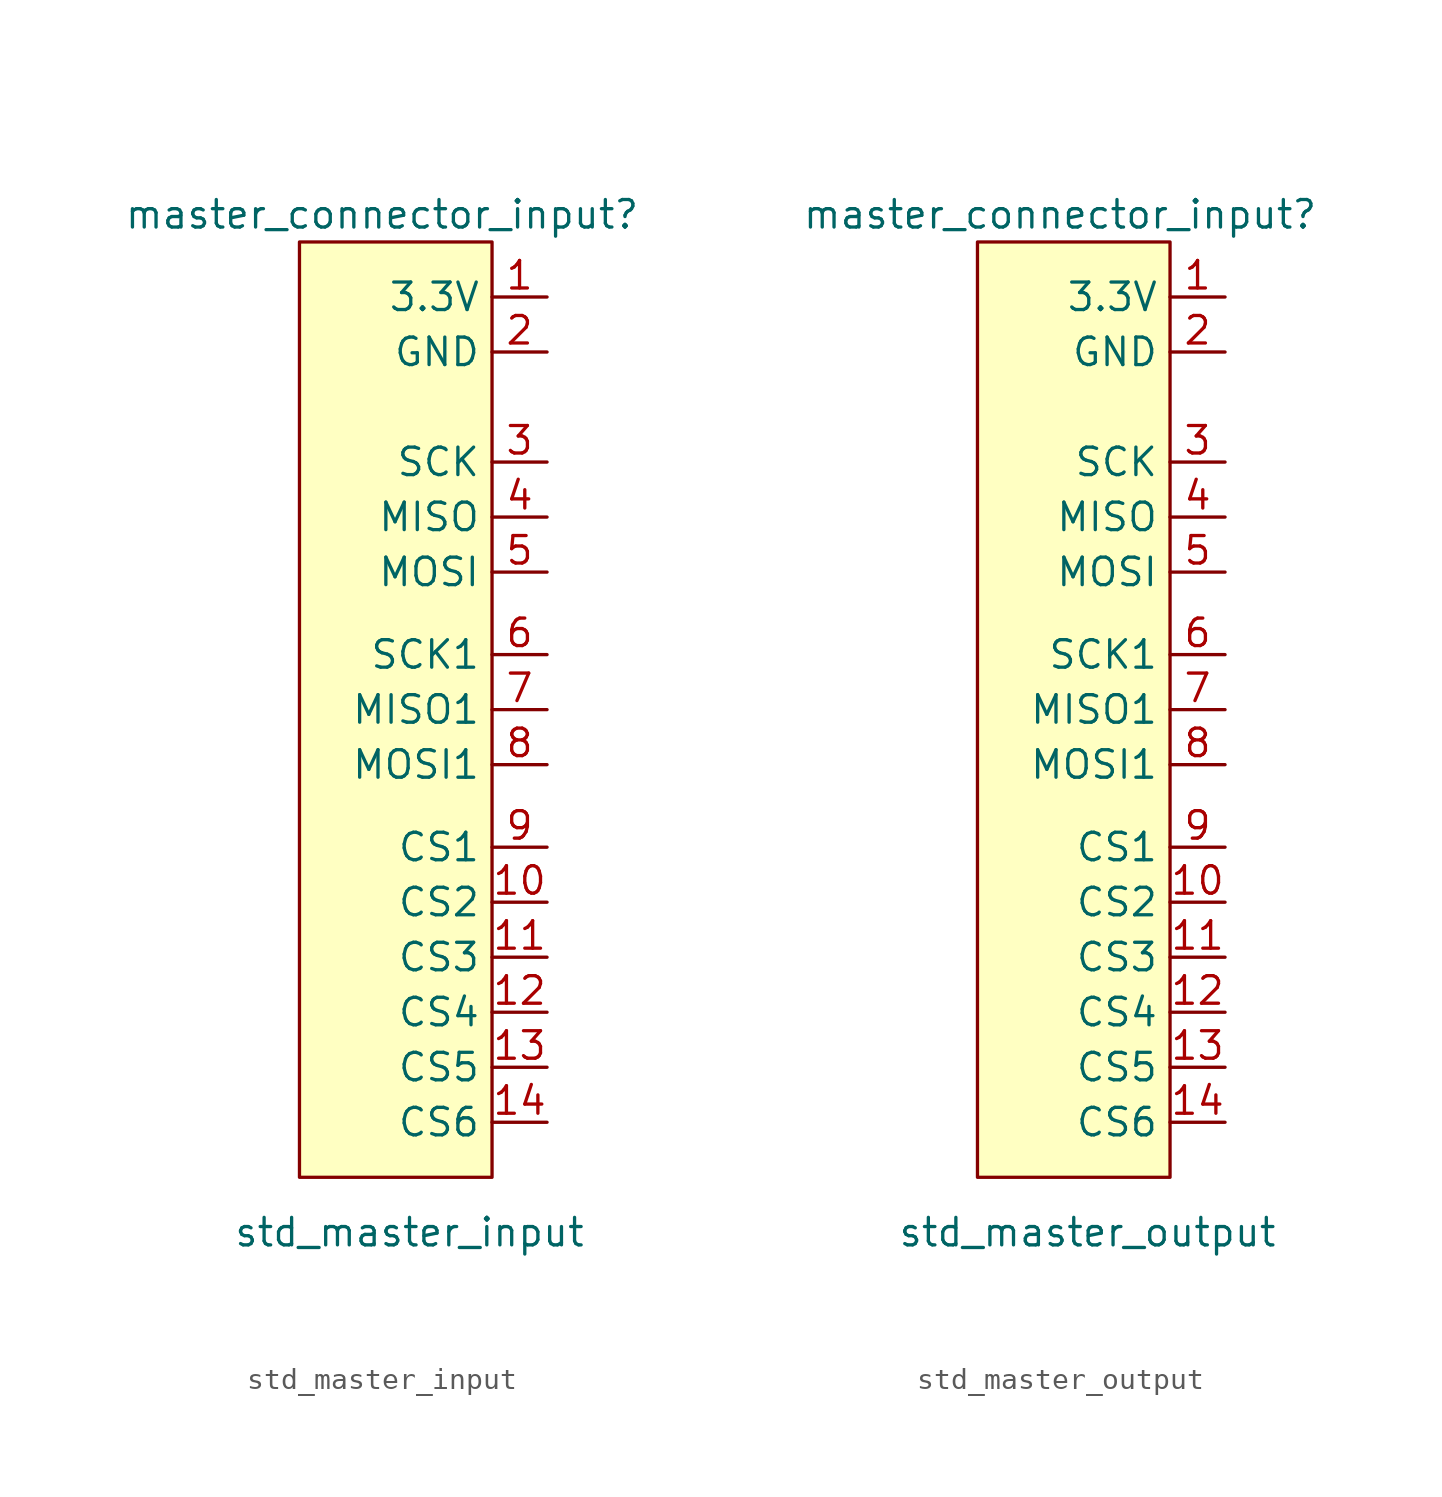
<source format=kicad_sym>
(kicad_symbol_lib
  (version 20220914)
  (generator kicad_symbol_editor)
  (symbol "std_master_input"
    (property "Reference" "master_connector_input"
      (at -1.27 25.4 0)
      (effects (font (size 1.27 1.27))))
    (property "Value" "std_master_input"
      (at 0 -21.59 0)
      (effects (font (size 1.27 1.27))))
    (symbol "std_master_input_1_1"
      (rectangle (start -5.08 24.13) (end 3.81 -19.05) (stroke (width 0) (type default)) (fill (type background)))
      (pin input line (at 6.35 21.59 180) (length 2.54) (name "3.3V" (effects (font (size 1.27 1.27)))) (number "1" (effects (font (size 1.27 1.27)))))
      (pin input line (at 6.35 -6.35 180) (length 2.54) (name "CS2" (effects (font (size 1.27 1.27)))) (number "10" (effects (font (size 1.27 1.27)))))
      (pin input line (at 6.35 -8.89 180) (length 2.54) (name "CS3" (effects (font (size 1.27 1.27)))) (number "11" (effects (font (size 1.27 1.27)))))
      (pin input line (at 6.35 -11.43 180) (length 2.54) (name "CS4" (effects (font (size 1.27 1.27)))) (number "12" (effects (font (size 1.27 1.27)))))
      (pin input line (at 6.35 -13.97 180) (length 2.54) (name "CS5" (effects (font (size 1.27 1.27)))) (number "13" (effects (font (size 1.27 1.27)))))
      (pin input line (at 6.35 -16.51 180) (length 2.54) (name "CS6" (effects (font (size 1.27 1.27)))) (number "14" (effects (font (size 1.27 1.27)))))
      (pin input line (at 6.35 19.05 180) (length 2.54) (name "GND" (effects (font (size 1.27 1.27)))) (number "2" (effects (font (size 1.27 1.27)))))
      (pin input line (at 6.35 13.97 180) (length 2.54) (name "SCK" (effects (font (size 1.27 1.27)))) (number "3" (effects (font (size 1.27 1.27)))))
      (pin input line (at 6.35 11.43 180) (length 2.54) (name "MISO" (effects (font (size 1.27 1.27)))) (number "4" (effects (font (size 1.27 1.27)))))
      (pin input line (at 6.35 8.89 180) (length 2.54) (name "MOSI" (effects (font (size 1.27 1.27)))) (number "5" (effects (font (size 1.27 1.27)))))
      (pin input line (at 6.35 5.08 180) (length 2.54) (name "SCK1" (effects (font (size 1.27 1.27)))) (number "6" (effects (font (size 1.27 1.27)))))
      (pin input line (at 6.35 2.54 180) (length 2.54) (name "MISO1" (effects (font (size 1.27 1.27)))) (number "7" (effects (font (size 1.27 1.27)))))
      (pin input line (at 6.35 0 180) (length 2.54) (name "MOSI1" (effects (font (size 1.27 1.27)))) (number "8" (effects (font (size 1.27 1.27)))))
      (pin input line (at 6.35 -3.81 180) (length 2.54) (name "CS1" (effects (font (size 1.27 1.27)))) (number "9" (effects (font (size 1.27 1.27)))))))
  (symbol "std_master_output"
    (property "Reference" "master_connector_input"
      (at -1.27 25.4 0)
      (effects (font (size 1.27 1.27))))
    (property "Value" "std_master_output"
      (at 0 -21.59 0)
      (effects (font (size 1.27 1.27))))
    (symbol "std_master_output_1_1"
      (rectangle (start -5.08 24.13) (end 3.81 -19.05) (stroke (width 0) (type default)) (fill (type background)))
      (pin output line (at 6.35 21.59 180) (length 2.54) (name "3.3V" (effects (font (size 1.27 1.27)))) (number "1" (effects (font (size 1.27 1.27)))))
      (pin output line (at 6.35 -6.35 180) (length 2.54) (name "CS2" (effects (font (size 1.27 1.27)))) (number "10" (effects (font (size 1.27 1.27)))))
      (pin output line (at 6.35 -8.89 180) (length 2.54) (name "CS3" (effects (font (size 1.27 1.27)))) (number "11" (effects (font (size 1.27 1.27)))))
      (pin output line (at 6.35 -11.43 180) (length 2.54) (name "CS4" (effects (font (size 1.27 1.27)))) (number "12" (effects (font (size 1.27 1.27)))))
      (pin output line (at 6.35 -13.97 180) (length 2.54) (name "CS5" (effects (font (size 1.27 1.27)))) (number "13" (effects (font (size 1.27 1.27)))))
      (pin output line (at 6.35 -16.51 180) (length 2.54) (name "CS6" (effects (font (size 1.27 1.27)))) (number "14" (effects (font (size 1.27 1.27)))))
      (pin output line (at 6.35 19.05 180) (length 2.54) (name "GND" (effects (font (size 1.27 1.27)))) (number "2" (effects (font (size 1.27 1.27)))))
      (pin output line (at 6.35 13.97 180) (length 2.54) (name "SCK" (effects (font (size 1.27 1.27)))) (number "3" (effects (font (size 1.27 1.27)))))
      (pin output line (at 6.35 11.43 180) (length 2.54) (name "MISO" (effects (font (size 1.27 1.27)))) (number "4" (effects (font (size 1.27 1.27)))))
      (pin output line (at 6.35 8.89 180) (length 2.54) (name "MOSI" (effects (font (size 1.27 1.27)))) (number "5" (effects (font (size 1.27 1.27)))))
      (pin output line (at 6.35 5.08 180) (length 2.54) (name "SCK1" (effects (font (size 1.27 1.27)))) (number "6" (effects (font (size 1.27 1.27)))))
      (pin output line (at 6.35 2.54 180) (length 2.54) (name "MISO1" (effects (font (size 1.27 1.27)))) (number "7" (effects (font (size 1.27 1.27)))))
      (pin output line (at 6.35 0 180) (length 2.54) (name "MOSI1" (effects (font (size 1.27 1.27)))) (number "8" (effects (font (size 1.27 1.27)))))
      (pin output line (at 6.35 -3.81 180) (length 2.54) (name "CS1" (effects (font (size 1.27 1.27)))) (number "9" (effects (font (size 1.27 1.27))))))))
</source>
